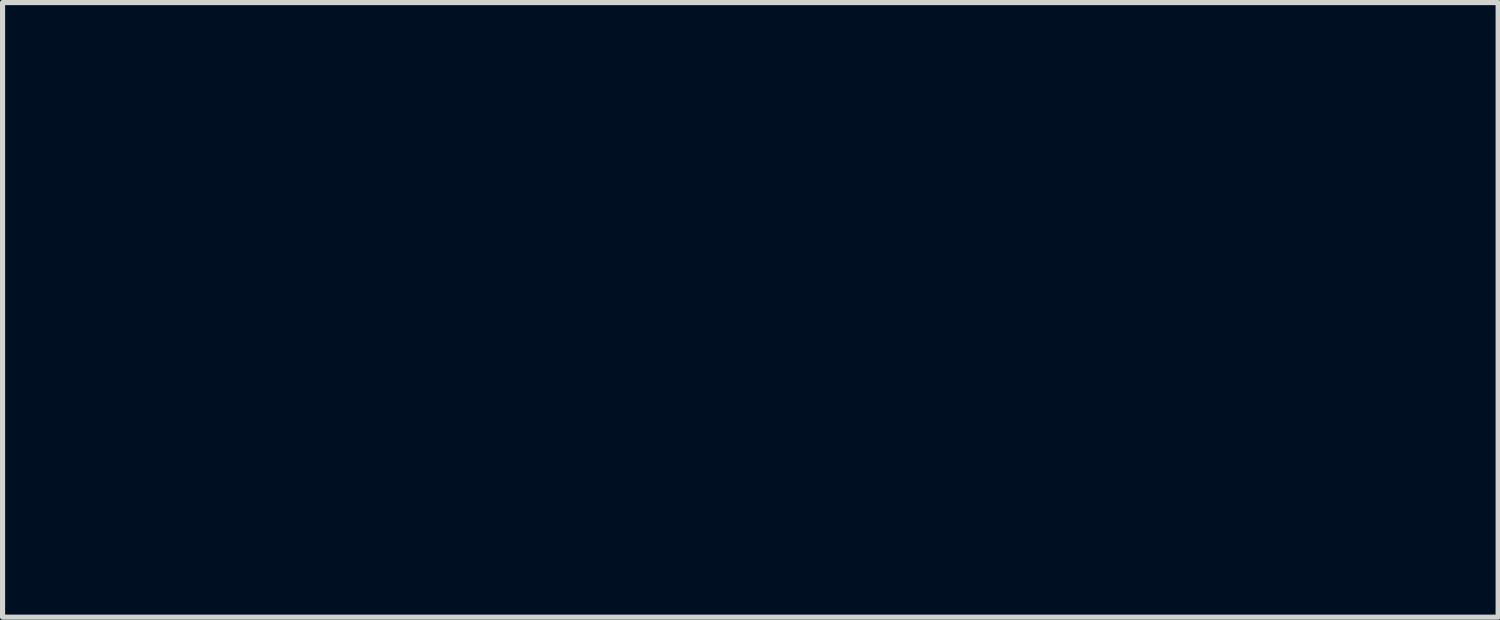
<source format=kicad_pcb>
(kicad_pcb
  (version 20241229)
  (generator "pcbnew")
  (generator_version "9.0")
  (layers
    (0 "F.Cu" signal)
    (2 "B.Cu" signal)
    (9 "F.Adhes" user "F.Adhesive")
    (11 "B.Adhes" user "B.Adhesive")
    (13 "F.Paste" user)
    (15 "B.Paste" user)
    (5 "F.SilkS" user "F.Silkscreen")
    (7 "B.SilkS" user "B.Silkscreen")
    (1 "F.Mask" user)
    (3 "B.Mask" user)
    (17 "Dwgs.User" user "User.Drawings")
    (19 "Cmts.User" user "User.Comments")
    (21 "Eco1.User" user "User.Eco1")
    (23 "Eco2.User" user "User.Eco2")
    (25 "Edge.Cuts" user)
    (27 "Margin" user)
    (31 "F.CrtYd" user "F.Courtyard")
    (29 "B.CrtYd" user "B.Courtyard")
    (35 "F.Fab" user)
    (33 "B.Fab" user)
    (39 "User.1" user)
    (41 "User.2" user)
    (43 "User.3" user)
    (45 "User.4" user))
  (footprint "Error"
    (layer "F.Cu")
    (at 0.6 0.25)
    (property "Reference" "Error" (at 18 3 0) (layer "Margin") (effects (font (size 1 1) (thickness 0.15)) (justify left)))
    (attr board_only exclude_from_pos_files exclude_from_bom allow_missing_courtyard)
    (fp_line (start 0 0) (end -0.5 1) (stroke (width 0.2) (type solid)) (layer "Margin"))
    (fp_line (start 0 0) (end 1 0.5) (stroke (width 0.2) (type solid)) (layer "Margin"))
    (fp_line (start 0 0) (end 1.25 4) (stroke (width 0.2) (type solid)) (layer "Margin"))
    (fp_line (start 1.25 4) (end 22.5 4) (stroke (width 0.2) (type solid)) (layer "Margin"))
    (fp_text_box "MESSAGE" (start 1.25 4) (end 22.5 5.75) (margins 0.375 0.375 0.375 0.375) (layer "Margin") (effects (font (size 0.5 0.5) (thickness 0.1)) (justify left top)) (border no) (stroke (width -0.000001) (type solid))))
  (gr_rect
    (start -3 -3)
    (end 26.2 9)
    (stroke (width 0.1) (type default))
    (fill no)
    (layer "Edge.Cuts")))
</source>
